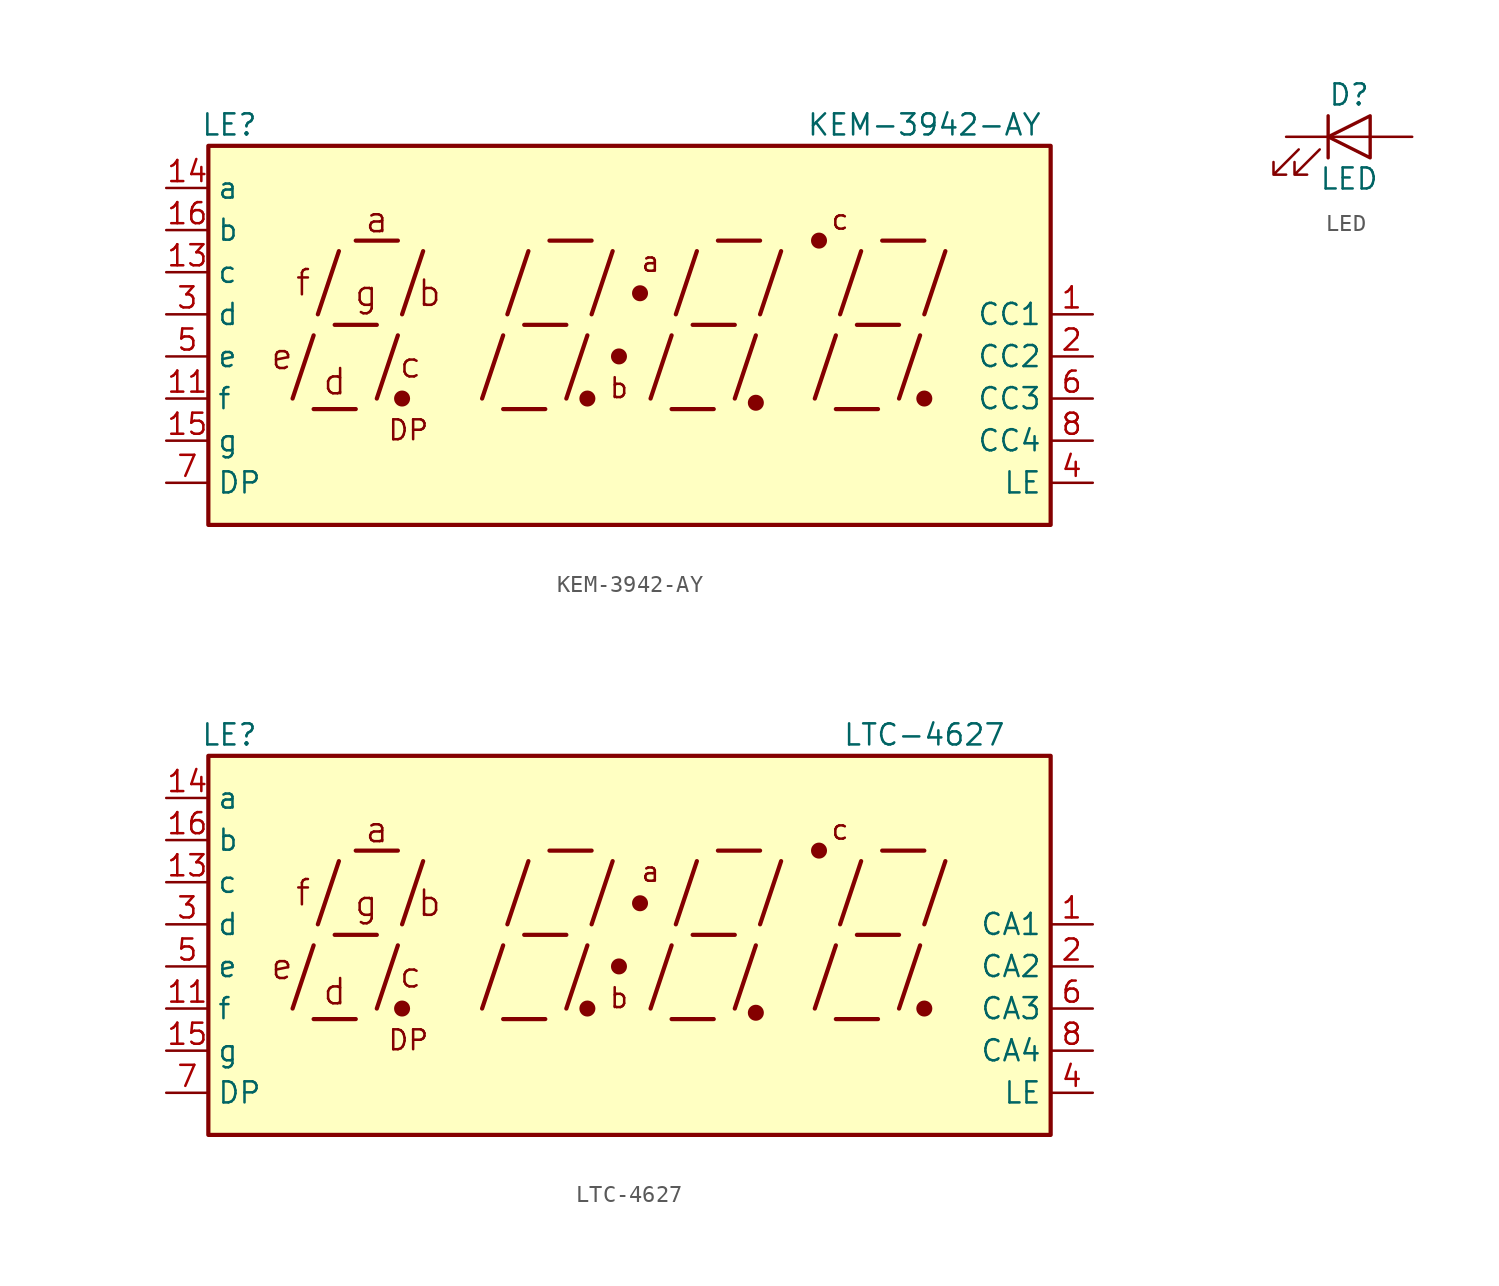
<source format=kicad_sym>
(kicad_symbol_lib
  (version 20201005)
  (generator kicad_symbol_editor)
  (symbol "led-clock:KEM-3942-AY"
    (property "Reference" "LE"
      (at -24.13 11.43 0)
      (effects (font (size 1.27 1.27))))
    (property "Value" "KEM-3942-AY"
      (at 17.78 11.43 0)
      (effects (font (size 1.27 1.27))))
    (symbol "KEM-3942-AY_0_0"
      (text "a" (at -15.24 5.715 0) (effects (font (size 1.524 1.524))))
      (text "b" (at -12.065 1.27 0) (effects (font (size 1.524 1.524))))
      (text "c" (at -13.208 -3.048 0) (effects (font (size 1.524 1.524))))
      (text "d" (at -17.78 -4.064 0) (effects (font (size 1.524 1.524))))
      (text "DP" (at -13.335 -6.985 0) (effects (font (size 1.2 1.2))))
      (text "e" (at -20.955 -2.54 0) (effects (font (size 1.524 1.524))))
      (text "f" (at -19.685 1.905 0) (effects (font (size 1.524 1.524))))
      (text "g" (at -15.875 1.27 0) (effects (font (size 1.524 1.524))))
      (text "a" (at 1.27 3.175 0) (effects (font (size 1.2 1.2))))
      (text "b" (at -0.635 -4.445 0) (effects (font (size 1.2 1.2))))
      (text "c" (at 12.7 5.715 0) (effects (font (size 1.2 1.2))))
      (rectangle (start -25.4 10.16) (end 25.4 -12.7) (stroke (width 0.254)) (fill (type background)))
      (polyline (pts (xy -20.32 -5.08) (xy -19.05 -1.27)) (stroke (width 0.254)) (fill (type none)))
      (polyline (pts (xy -19.05 -5.715) (xy -16.51 -5.715)) (stroke (width 0.254)) (fill (type none)))
      (polyline (pts (xy -18.796 0) (xy -17.526 3.81)) (stroke (width 0.254)) (fill (type none)))
      (polyline (pts (xy -17.78 -0.635) (xy -15.24 -0.635)) (stroke (width 0.254)) (fill (type none)))
      (polyline (pts (xy -16.51 4.445) (xy -13.97 4.445)) (stroke (width 0.254)) (fill (type none)))
      (polyline (pts (xy -15.24 -5.08) (xy -13.97 -1.27)) (stroke (width 0.254)) (fill (type none)))
      (polyline (pts (xy -13.716 0) (xy -12.446 3.81)) (stroke (width 0.254)) (fill (type none)))
      (polyline (pts (xy -8.89 -5.08) (xy -7.62 -1.27)) (stroke (width 0.254)) (fill (type none)))
      (polyline (pts (xy -7.62 -5.715) (xy -5.08 -5.715)) (stroke (width 0.254)) (fill (type none)))
      (polyline (pts (xy -7.366 0) (xy -6.096 3.81)) (stroke (width 0.254)) (fill (type none)))
      (polyline (pts (xy -6.35 -0.635) (xy -3.81 -0.635)) (stroke (width 0.254)) (fill (type none)))
      (polyline (pts (xy -4.826 4.445) (xy -2.286 4.445)) (stroke (width 0.254)) (fill (type none)))
      (polyline (pts (xy -3.81 -5.08) (xy -2.54 -1.27)) (stroke (width 0.254)) (fill (type none)))
      (polyline (pts (xy -2.286 0) (xy -1.016 3.81)) (stroke (width 0.254)) (fill (type none)))
      (polyline (pts (xy 1.27 -5.08) (xy 2.54 -1.27)) (stroke (width 0.254)) (fill (type none)))
      (polyline (pts (xy 2.54 -5.715) (xy 5.08 -5.715)) (stroke (width 0.254)) (fill (type none)))
      (polyline (pts (xy 2.794 0) (xy 4.064 3.81)) (stroke (width 0.254)) (fill (type none)))
      (polyline (pts (xy 3.81 -0.635) (xy 6.35 -0.635)) (stroke (width 0.254)) (fill (type none)))
      (polyline (pts (xy 5.334 4.445) (xy 7.874 4.445)) (stroke (width 0.254)) (fill (type none)))
      (polyline (pts (xy 6.35 -5.08) (xy 7.62 -1.27)) (stroke (width 0.254)) (fill (type none)))
      (polyline (pts (xy 7.874 0) (xy 9.144 3.81)) (stroke (width 0.254)) (fill (type none)))
      (polyline (pts (xy 11.176 -5.08) (xy 12.446 -1.27)) (stroke (width 0.254)) (fill (type none)))
      (polyline (pts (xy 12.446 -5.715) (xy 14.986 -5.715)) (stroke (width 0.254)) (fill (type none)))
      (polyline (pts (xy 12.7 0) (xy 13.97 3.81)) (stroke (width 0.254)) (fill (type none)))
      (polyline (pts (xy 13.716 -0.635) (xy 16.256 -0.635)) (stroke (width 0.254)) (fill (type none)))
      (polyline (pts (xy 15.24 4.445) (xy 17.78 4.445)) (stroke (width 0.254)) (fill (type none)))
      (polyline (pts (xy 16.256 -5.08) (xy 17.526 -1.27)) (stroke (width 0.254)) (fill (type none)))
      (polyline (pts (xy 17.78 0) (xy 19.05 3.81)) (stroke (width 0.254)) (fill (type none))))
    (symbol "KEM-3942-AY_0_1"
      (circle (center -13.716 -5.08) (radius 0.356) (stroke (width 0.254)) (fill (type outline)))
      (circle (center -2.54 -5.08) (radius 0.356) (stroke (width 0.254)) (fill (type outline)))
      (circle (center -0.635 -2.54) (radius 0.356) (stroke (width 0.254)) (fill (type outline)))
      (circle (center 0.635 1.27) (radius 0.356) (stroke (width 0.254)) (fill (type outline)))
      (circle (center 11.43 4.445) (radius 0.356) (stroke (width 0.254)) (fill (type outline))))
    (symbol "KEM-3942-AY_1_0"
      (circle (center 7.62 -5.334) (radius 0.356) (stroke (width 0.254)) (fill (type outline)))
      (circle (center 17.78 -5.08) (radius 0.356) (stroke (width 0.254)) (fill (type outline))))
    (symbol "KEM-3942-AY_1_1"
      (pin input line (at -27.94 -2.54 0) (length 2.54) (name "e" (effects (font (size 1.27 1.27)))) (number "5" (effects (font (size 1.27 1.27)))))
      (pin input line (at -27.94 -5.08 0) (length 2.54) (name "f" (effects (font (size 1.27 1.27)))) (number "11" (effects (font (size 1.27 1.27)))))
      (pin input line (at -27.94 7.62 0) (length 2.54) (name "a" (effects (font (size 1.27 1.27)))) (number "14" (effects (font (size 1.27 1.27)))))
      (pin input line (at 27.94 0 180) (length 2.54) (name "CC1" (effects (font (size 1.27 1.27)))) (number "1" (effects (font (size 1.27 1.27)))))
      (pin input line (at -27.94 0 0) (length 2.54) (name "d" (effects (font (size 1.27 1.27)))) (number "3" (effects (font (size 1.27 1.27)))))
      (pin input line (at -27.94 -10.16 0) (length 2.54) (name "DP" (effects (font (size 1.27 1.27)))) (number "7" (effects (font (size 1.27 1.27)))))
      (pin input line (at -27.94 2.54 0) (length 2.54) (name "c" (effects (font (size 1.27 1.27)))) (number "13" (effects (font (size 1.27 1.27)))))
      (pin input line (at -27.94 -7.62 0) (length 2.54) (name "g" (effects (font (size 1.27 1.27)))) (number "15" (effects (font (size 1.27 1.27)))))
      (pin input line (at 27.94 -7.62 180) (length 2.54) (name "CC4" (effects (font (size 1.27 1.27)))) (number "8" (effects (font (size 1.27 1.27)))))
      (pin input line (at -27.94 5.08 0) (length 2.54) (name "b" (effects (font (size 1.27 1.27)))) (number "16" (effects (font (size 1.27 1.27)))))
      (pin input line (at 27.94 -5.08 180) (length 2.54) (name "CC3" (effects (font (size 1.27 1.27)))) (number "6" (effects (font (size 1.27 1.27)))))
      (pin input line (at 27.94 -2.54 180) (length 2.54) (name "CC2" (effects (font (size 1.27 1.27)))) (number "2" (effects (font (size 1.27 1.27)))))
      (pin input line (at 27.94 -10.16 180) (length 2.54) (name "LE" (effects (font (size 1.27 1.27)))) (number "4" (effects (font (size 1.27 1.27)))))))
  (symbol "led-clock:LED"
    (pin_numbers hide)
    (pin_names
      (offset 1.016) hide)
    (property "Reference" "D"
      (at 0 2.54 0)
      (effects (font (size 1.27 1.27))))
    (property "Value" "LED"
      (at 0 -2.54 0)
      (effects (font (size 1.27 1.27))))
    (symbol "LED_0_1"
      (polyline (pts (xy -1.27 -1.27) (xy -1.27 1.27)) (stroke (width 0.203)) (fill (type none)))
      (polyline (pts (xy -1.27 0) (xy 1.27 0)) (stroke (width 0)) (fill (type none)))
      (polyline (pts (xy 1.27 -1.27) (xy 1.27 1.27) (xy -1.27 0) (xy 1.27 -1.27)) (stroke (width 0.203)) (fill (type none)))
      (polyline (pts (xy -3.048 -0.762) (xy -4.572 -2.286) (xy -3.81 -2.286) (xy -4.572 -2.286) (xy -4.572 -1.524)) (stroke (width 0)) (fill (type none)))
      (polyline (pts (xy -1.778 -0.762) (xy -3.302 -2.286) (xy -2.54 -2.286) (xy -3.302 -2.286) (xy -3.302 -1.524)) (stroke (width 0)) (fill (type none))))
    (symbol "LED_1_1"
      (pin passive line (at -3.81 0 0) (length 2.54) (name "K" (effects (font (size 1.27 1.27)))) (number "1" (effects (font (size 1.27 1.27)))))
      (pin passive line (at 3.81 0 180) (length 2.54) (name "A" (effects (font (size 1.27 1.27)))) (number "2" (effects (font (size 1.27 1.27)))))))
  (symbol "led-clock:LTC-4627"
    (property "Reference" "LE"
      (at -24.13 11.43 0)
      (effects (font (size 1.27 1.27))))
    (property "Value" "LTC-4627"
      (at 17.78 11.43 0)
      (effects (font (size 1.27 1.27))))
    (symbol "LTC-4627_0_0"
      (text "a" (at -15.24 5.715 0) (effects (font (size 1.524 1.524))))
      (text "b" (at -12.065 1.27 0) (effects (font (size 1.524 1.524))))
      (text "c" (at -13.208 -3.048 0) (effects (font (size 1.524 1.524))))
      (text "d" (at -17.78 -4.064 0) (effects (font (size 1.524 1.524))))
      (text "DP" (at -13.335 -6.985 0) (effects (font (size 1.2 1.2))))
      (text "e" (at -20.955 -2.54 0) (effects (font (size 1.524 1.524))))
      (text "f" (at -19.685 1.905 0) (effects (font (size 1.524 1.524))))
      (text "g" (at -15.875 1.27 0) (effects (font (size 1.524 1.524))))
      (text "a" (at 1.27 3.175 0) (effects (font (size 1.2 1.2))))
      (text "b" (at -0.635 -4.445 0) (effects (font (size 1.2 1.2))))
      (text "c" (at 12.7 5.715 0) (effects (font (size 1.2 1.2))))
      (rectangle (start -25.4 10.16) (end 25.4 -12.7) (stroke (width 0.254)) (fill (type background)))
      (polyline (pts (xy -20.32 -5.08) (xy -19.05 -1.27)) (stroke (width 0.254)) (fill (type none)))
      (polyline (pts (xy -19.05 -5.715) (xy -16.51 -5.715)) (stroke (width 0.254)) (fill (type none)))
      (polyline (pts (xy -18.796 0) (xy -17.526 3.81)) (stroke (width 0.254)) (fill (type none)))
      (polyline (pts (xy -17.78 -0.635) (xy -15.24 -0.635)) (stroke (width 0.254)) (fill (type none)))
      (polyline (pts (xy -16.51 4.445) (xy -13.97 4.445)) (stroke (width 0.254)) (fill (type none)))
      (polyline (pts (xy -15.24 -5.08) (xy -13.97 -1.27)) (stroke (width 0.254)) (fill (type none)))
      (polyline (pts (xy -13.716 0) (xy -12.446 3.81)) (stroke (width 0.254)) (fill (type none)))
      (polyline (pts (xy -8.89 -5.08) (xy -7.62 -1.27)) (stroke (width 0.254)) (fill (type none)))
      (polyline (pts (xy -7.62 -5.715) (xy -5.08 -5.715)) (stroke (width 0.254)) (fill (type none)))
      (polyline (pts (xy -7.366 0) (xy -6.096 3.81)) (stroke (width 0.254)) (fill (type none)))
      (polyline (pts (xy -6.35 -0.635) (xy -3.81 -0.635)) (stroke (width 0.254)) (fill (type none)))
      (polyline (pts (xy -4.826 4.445) (xy -2.286 4.445)) (stroke (width 0.254)) (fill (type none)))
      (polyline (pts (xy -3.81 -5.08) (xy -2.54 -1.27)) (stroke (width 0.254)) (fill (type none)))
      (polyline (pts (xy -2.286 0) (xy -1.016 3.81)) (stroke (width 0.254)) (fill (type none)))
      (polyline (pts (xy 1.27 -5.08) (xy 2.54 -1.27)) (stroke (width 0.254)) (fill (type none)))
      (polyline (pts (xy 2.54 -5.715) (xy 5.08 -5.715)) (stroke (width 0.254)) (fill (type none)))
      (polyline (pts (xy 2.794 0) (xy 4.064 3.81)) (stroke (width 0.254)) (fill (type none)))
      (polyline (pts (xy 3.81 -0.635) (xy 6.35 -0.635)) (stroke (width 0.254)) (fill (type none)))
      (polyline (pts (xy 5.334 4.445) (xy 7.874 4.445)) (stroke (width 0.254)) (fill (type none)))
      (polyline (pts (xy 6.35 -5.08) (xy 7.62 -1.27)) (stroke (width 0.254)) (fill (type none)))
      (polyline (pts (xy 7.874 0) (xy 9.144 3.81)) (stroke (width 0.254)) (fill (type none)))
      (polyline (pts (xy 11.176 -5.08) (xy 12.446 -1.27)) (stroke (width 0.254)) (fill (type none)))
      (polyline (pts (xy 12.446 -5.715) (xy 14.986 -5.715)) (stroke (width 0.254)) (fill (type none)))
      (polyline (pts (xy 12.7 0) (xy 13.97 3.81)) (stroke (width 0.254)) (fill (type none)))
      (polyline (pts (xy 13.716 -0.635) (xy 16.256 -0.635)) (stroke (width 0.254)) (fill (type none)))
      (polyline (pts (xy 15.24 4.445) (xy 17.78 4.445)) (stroke (width 0.254)) (fill (type none)))
      (polyline (pts (xy 16.256 -5.08) (xy 17.526 -1.27)) (stroke (width 0.254)) (fill (type none)))
      (polyline (pts (xy 17.78 0) (xy 19.05 3.81)) (stroke (width 0.254)) (fill (type none))))
    (symbol "LTC-4627_0_1"
      (circle (center -13.716 -5.08) (radius 0.356) (stroke (width 0.254)) (fill (type outline)))
      (circle (center -2.54 -5.08) (radius 0.356) (stroke (width 0.254)) (fill (type outline)))
      (circle (center -0.635 -2.54) (radius 0.356) (stroke (width 0.254)) (fill (type outline)))
      (circle (center 0.635 1.27) (radius 0.356) (stroke (width 0.254)) (fill (type outline)))
      (circle (center 11.43 4.445) (radius 0.356) (stroke (width 0.254)) (fill (type outline))))
    (symbol "LTC-4627_1_0"
      (circle (center 7.62 -5.334) (radius 0.356) (stroke (width 0.254)) (fill (type outline)))
      (circle (center 17.78 -5.08) (radius 0.356) (stroke (width 0.254)) (fill (type outline))))
    (symbol "LTC-4627_1_1"
      (pin input line (at -27.94 -2.54 0) (length 2.54) (name "e" (effects (font (size 1.27 1.27)))) (number "5" (effects (font (size 1.27 1.27)))))
      (pin input line (at -27.94 -5.08 0) (length 2.54) (name "f" (effects (font (size 1.27 1.27)))) (number "11" (effects (font (size 1.27 1.27)))))
      (pin input line (at -27.94 7.62 0) (length 2.54) (name "a" (effects (font (size 1.27 1.27)))) (number "14" (effects (font (size 1.27 1.27)))))
      (pin input line (at 27.94 0 180) (length 2.54) (name "CA1" (effects (font (size 1.27 1.27)))) (number "1" (effects (font (size 1.27 1.27)))))
      (pin input line (at -27.94 0 0) (length 2.54) (name "d" (effects (font (size 1.27 1.27)))) (number "3" (effects (font (size 1.27 1.27)))))
      (pin input line (at -27.94 -10.16 0) (length 2.54) (name "DP" (effects (font (size 1.27 1.27)))) (number "7" (effects (font (size 1.27 1.27)))))
      (pin input line (at -27.94 2.54 0) (length 2.54) (name "c" (effects (font (size 1.27 1.27)))) (number "13" (effects (font (size 1.27 1.27)))))
      (pin input line (at -27.94 -7.62 0) (length 2.54) (name "g" (effects (font (size 1.27 1.27)))) (number "15" (effects (font (size 1.27 1.27)))))
      (pin input line (at 27.94 -7.62 180) (length 2.54) (name "CA4" (effects (font (size 1.27 1.27)))) (number "8" (effects (font (size 1.27 1.27)))))
      (pin input line (at -27.94 5.08 0) (length 2.54) (name "b" (effects (font (size 1.27 1.27)))) (number "16" (effects (font (size 1.27 1.27)))))
      (pin input line (at 27.94 -5.08 180) (length 2.54) (name "CA3" (effects (font (size 1.27 1.27)))) (number "6" (effects (font (size 1.27 1.27)))))
      (pin input line (at 27.94 -2.54 180) (length 2.54) (name "CA2" (effects (font (size 1.27 1.27)))) (number "2" (effects (font (size 1.27 1.27)))))
      (pin input line (at 27.94 -10.16 180) (length 2.54) (name "LE" (effects (font (size 1.27 1.27)))) (number "4" (effects (font (size 1.27 1.27))))))))
</source>
